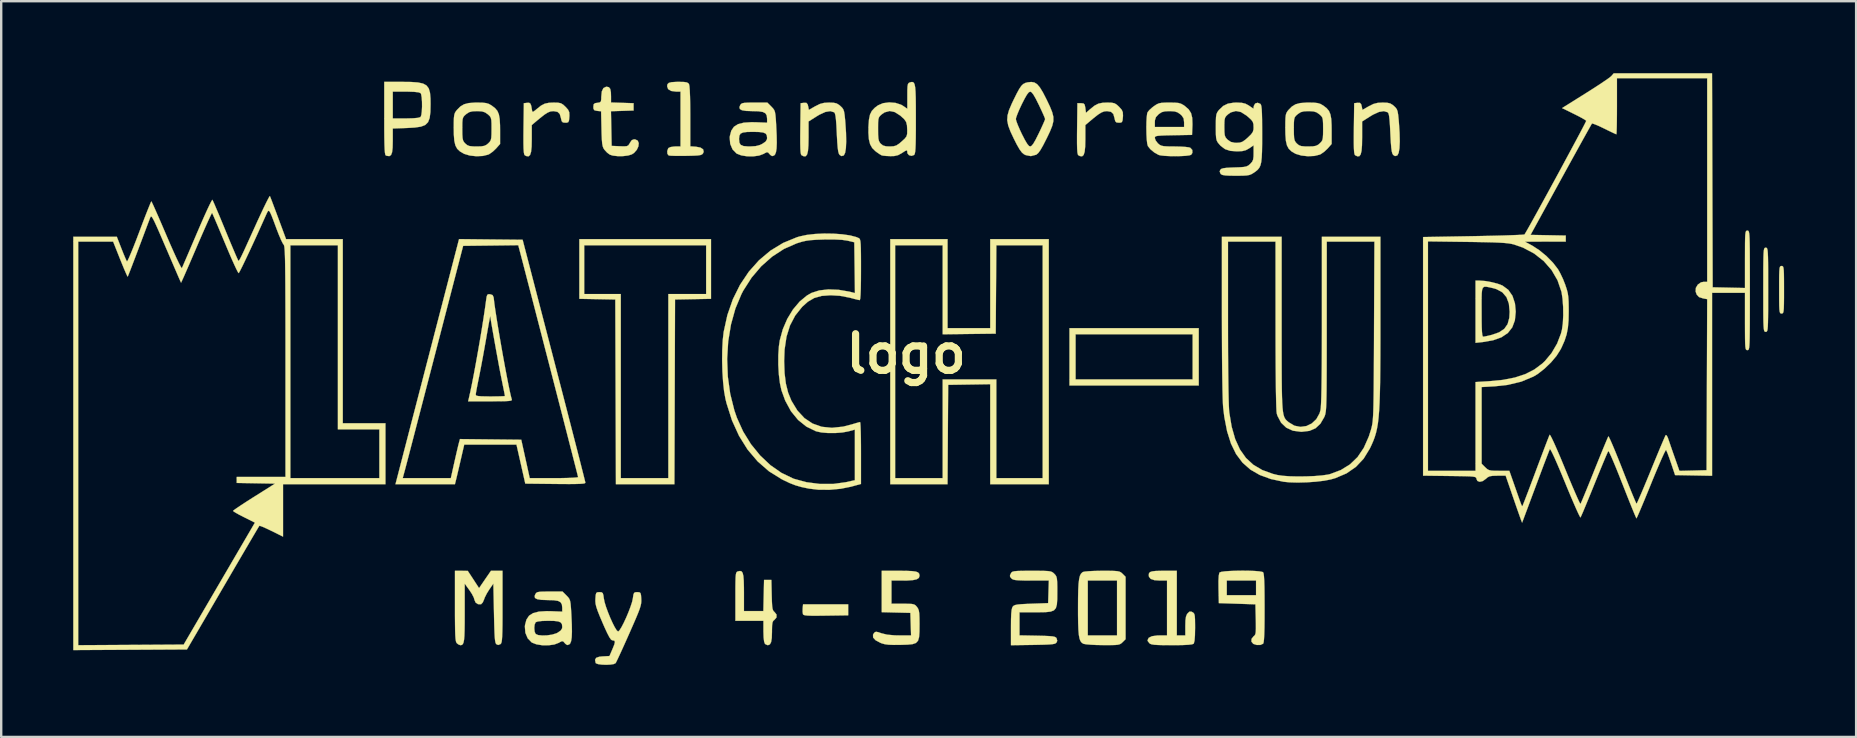
<source format=kicad_pcb>
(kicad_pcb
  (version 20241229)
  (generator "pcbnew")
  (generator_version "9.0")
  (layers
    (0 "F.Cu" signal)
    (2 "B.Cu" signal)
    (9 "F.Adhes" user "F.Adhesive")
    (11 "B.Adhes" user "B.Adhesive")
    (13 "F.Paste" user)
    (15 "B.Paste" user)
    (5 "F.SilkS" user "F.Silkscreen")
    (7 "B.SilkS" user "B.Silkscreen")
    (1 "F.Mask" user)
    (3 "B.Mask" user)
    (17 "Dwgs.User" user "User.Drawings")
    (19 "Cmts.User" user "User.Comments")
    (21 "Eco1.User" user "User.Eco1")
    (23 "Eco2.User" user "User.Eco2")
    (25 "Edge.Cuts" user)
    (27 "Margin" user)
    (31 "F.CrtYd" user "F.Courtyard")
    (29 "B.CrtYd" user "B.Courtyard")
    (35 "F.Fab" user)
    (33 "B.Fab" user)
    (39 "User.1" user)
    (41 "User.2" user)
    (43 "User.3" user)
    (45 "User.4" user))
  (footprint "logo"
    (layer "F.Cu")
    (at 34.701 11.689)
    (property "Reference" "logo" (at 0 0 0) (layer "F.SilkS") (effects (font (size 1.524 1.524) (thickness 0.3))))
    (attr through_hole)
    (fp_poly (pts (xy 12.192 1.321) (xy 6.807 1.321) (xy 6.807 -0.813) (xy 7.061 -0.813) (xy 7.061 1.067) (xy 11.938 1.067) (xy 11.938 -0.813) (xy 7.061 -0.813) (xy 6.807 -0.813) (xy 6.807 -1.067) (xy 12.192 -1.067)) (stroke (width 0.01) (type solid)) (fill yes) (layer "F.SilkS"))
    (fp_poly (pts (xy -2.413 10.897) (xy -3.341 10.91) (xy -3.679 10.914) (xy -3.928 10.914) (xy -4.101 10.908) (xy -4.212 10.896) (xy -4.273 10.877) (xy -4.297 10.852) (xy -4.312 10.753) (xy -4.309 10.614) (xy -4.309 10.609) (xy -4.293 10.439) (xy -2.413 10.439)) (stroke (width 0.01) (type solid)) (fill yes) (layer "F.SilkS"))
    (fp_poly (pts (xy -8.128 -2.289) (xy -8.877 -2.275) (xy -9.627 -2.261) (xy -9.64 1.587) (xy -9.653 5.436) (xy -12.09 5.436) (xy -12.116 -2.261) (xy -12.865 -2.275) (xy -13.614 -2.289) (xy -13.614 -4.521) (xy -13.411 -4.521) (xy -13.411 -2.489) (xy -11.887 -2.489) (xy -11.887 5.182) (xy -9.906 5.182) (xy -9.906 -2.489) (xy -8.331 -2.489) (xy -8.331 -4.521) (xy -13.411 -4.521) (xy -13.614 -4.521) (xy -13.614 -4.775) (xy -8.128 -4.775)) (stroke (width 0.01) (type solid)) (fill yes) (layer "F.SilkS"))
    (fp_poly (pts (xy 1.727 -1.067) (xy 3.505 -1.067) (xy 3.505 -4.775) (xy 5.944 -4.775) (xy 5.944 5.436) (xy 3.505 5.436) (xy 3.505 1.268) (xy 1.753 1.295) (xy 1.726 5.436) (xy -0.66 5.436) (xy -0.66 -4.521) (xy -0.457 -4.521) (xy -0.457 5.182) (xy 1.524 5.182) (xy 1.524 1.067) (xy 3.759 1.067) (xy 3.759 5.182) (xy 5.69 5.182) (xy 5.69 -4.521) (xy 3.76 -4.521) (xy 3.747 -2.68) (xy 3.734 -0.838) (xy 2.629 -0.825) (xy 1.524 -0.811) (xy 1.524 -4.521) (xy -0.457 -4.521) (xy -0.66 -4.521) (xy -0.66 -4.775) (xy 1.727 -4.775)) (stroke (width 0.01) (type solid)) (fill yes) (layer "F.SilkS"))
    (fp_poly (pts (xy 36.509 -3.654) (xy 36.535 -3.632) (xy 36.553 -3.581) (xy 36.565 -3.486) (xy 36.572 -3.335) (xy 36.575 -3.113) (xy 36.576 -2.808) (xy 36.576 -2.667) (xy 36.576 -2.327) (xy 36.573 -2.075) (xy 36.568 -1.898) (xy 36.558 -1.783) (xy 36.543 -1.717) (xy 36.52 -1.686) (xy 36.489 -1.677) (xy 36.474 -1.676) (xy 36.44 -1.68) (xy 36.414 -1.702) (xy 36.396 -1.753) (xy 36.384 -1.848) (xy 36.377 -1.999) (xy 36.374 -2.221) (xy 36.373 -2.526) (xy 36.373 -2.667) (xy 36.373 -3.007) (xy 36.375 -3.259) (xy 36.381 -3.436) (xy 36.39 -3.551) (xy 36.406 -3.617) (xy 36.429 -3.648) (xy 36.46 -3.657) (xy 36.474 -3.658)) (stroke (width 0.01) (type solid)) (fill yes) (layer "F.SilkS"))
    (fp_poly (pts (xy 35.841 -4.417) (xy 35.863 -4.402) (xy 35.88 -4.365) (xy 35.893 -4.297) (xy 35.902 -4.186) (xy 35.909 -4.024) (xy 35.913 -3.799) (xy 35.915 -3.503) (xy 35.915 -3.124) (xy 35.916 -2.667) (xy 35.915 -2.199) (xy 35.915 -1.823) (xy 35.912 -1.529) (xy 35.908 -1.306) (xy 35.902 -1.144) (xy 35.893 -1.035) (xy 35.88 -0.967) (xy 35.862 -0.931) (xy 35.841 -0.917) (xy 35.814 -0.914) (xy 35.787 -0.917) (xy 35.765 -0.932) (xy 35.748 -0.969) (xy 35.735 -1.037) (xy 35.726 -1.148) (xy 35.719 -1.31) (xy 35.715 -1.535) (xy 35.713 -1.831) (xy 35.713 -2.21) (xy 35.712 -2.667) (xy 35.713 -3.135) (xy 35.713 -3.511) (xy 35.716 -3.805) (xy 35.72 -4.028) (xy 35.726 -4.19) (xy 35.735 -4.299) (xy 35.748 -4.367) (xy 35.766 -4.403) (xy 35.787 -4.417) (xy 35.814 -4.42)) (stroke (width 0.01) (type solid)) (fill yes) (layer "F.SilkS"))
    (fp_poly (pts (xy -9.254 -11.324) (xy -9.137 -11.306) (xy -9.072 -11.27) (xy -9.044 -11.23) (xy -9.027 -11.146) (xy -9.013 -10.971) (xy -9.002 -10.712) (xy -8.995 -10.38) (xy -8.992 -9.984) (xy -8.992 -9.887) (xy -8.992 -8.642) (xy -8.756 -8.626) (xy -8.566 -8.59) (xy -8.456 -8.516) (xy -8.434 -8.413) (xy -8.464 -8.344) (xy -8.5 -8.307) (xy -8.565 -8.28) (xy -8.677 -8.263) (xy -8.851 -8.253) (xy -9.106 -8.247) (xy -9.175 -8.246) (xy -9.427 -8.244) (xy -9.644 -8.246) (xy -9.805 -8.252) (xy -9.889 -8.261) (xy -9.893 -8.263) (xy -9.945 -8.331) (xy -9.952 -8.443) (xy -9.915 -8.551) (xy -9.896 -8.575) (xy -9.81 -8.613) (xy -9.668 -8.634) (xy -9.616 -8.636) (xy -9.398 -8.636) (xy -9.398 -10.922) (xy -9.579 -10.922) (xy -9.787 -10.949) (xy -9.915 -11.026) (xy -9.957 -11.147) (xy -9.942 -11.231) (xy -9.887 -11.285) (xy -9.775 -11.315) (xy -9.588 -11.327) (xy -9.446 -11.328)) (stroke (width 0.01) (type solid)) (fill yes) (layer "F.SilkS"))
    (fp_poly (pts (xy -6.854 9.067) (xy -6.809 9.134) (xy -6.78 9.259) (xy -6.764 9.457) (xy -6.757 9.737) (xy -6.756 9.938) (xy -6.756 10.719) (xy -5.947 10.719) (xy -5.918 9.423) (xy -5.613 9.423) (xy -5.599 10.055) (xy -5.591 10.322) (xy -5.581 10.506) (xy -5.564 10.626) (xy -5.538 10.699) (xy -5.501 10.744) (xy -5.485 10.756) (xy -5.399 10.865) (xy -5.4 10.986) (xy -5.486 11.086) (xy -5.537 11.13) (xy -5.567 11.198) (xy -5.583 11.316) (xy -5.588 11.504) (xy -5.588 11.584) (xy -5.596 11.842) (xy -5.624 12.012) (xy -5.675 12.108) (xy -5.753 12.141) (xy -5.766 12.141) (xy -5.848 12.109) (xy -5.883 12.08) (xy -5.915 11.994) (xy -5.936 11.82) (xy -5.944 11.572) (xy -5.944 11.125) (xy -7.112 11.125) (xy -7.112 10.113) (xy -7.112 9.768) (xy -7.109 9.511) (xy -7.104 9.329) (xy -7.094 9.207) (xy -7.079 9.133) (xy -7.056 9.093) (xy -7.025 9.073) (xy -7.008 9.067) (xy -6.92 9.049)) (stroke (width 0.01) (type solid)) (fill yes) (layer "F.SilkS"))
    (fp_poly (pts (xy 8.462 9.043) (xy 8.663 9.047) (xy 8.799 9.058) (xy 8.889 9.077) (xy 8.951 9.107) (xy 9.004 9.152) (xy 9.019 9.167) (xy 9.144 9.292) (xy 9.144 11.892) (xy 9.019 12.017) (xy 8.965 12.066) (xy 8.907 12.1) (xy 8.826 12.122) (xy 8.704 12.134) (xy 8.521 12.138) (xy 8.259 12.138) (xy 8.194 12.138) (xy 7.928 12.133) (xy 7.691 12.121) (xy 7.506 12.105) (xy 7.395 12.085) (xy 7.381 12.08) (xy 7.315 12.036) (xy 7.263 11.968) (xy 7.225 11.864) (xy 7.197 11.713) (xy 7.179 11.502) (xy 7.168 11.22) (xy 7.163 10.855) (xy 7.163 10.592) (xy 7.165 10.167) (xy 7.172 9.833) (xy 7.186 9.577) (xy 7.202 9.449) (xy 7.569 9.449) (xy 7.569 11.735) (xy 8.788 11.735) (xy 8.788 9.449) (xy 7.569 9.449) (xy 7.202 9.449) (xy 7.209 9.388) (xy 7.241 9.254) (xy 7.285 9.165) (xy 7.343 9.108) (xy 7.368 9.092) (xy 7.451 9.074) (xy 7.614 9.059) (xy 7.836 9.048) (xy 8.095 9.043) (xy 8.178 9.042)) (stroke (width 0.01) (type solid)) (fill yes) (layer "F.SilkS"))
    (fp_poly (pts (xy 24.126 -3.031) (xy 24.392 -2.984) (xy 24.645 -2.919) (xy 24.843 -2.844) (xy 24.849 -2.841) (xy 25.089 -2.663) (xy 25.263 -2.413) (xy 25.367 -2.096) (xy 25.399 -1.753) (xy 25.364 -1.395) (xy 25.255 -1.101) (xy 25.07 -0.865) (xy 24.805 -0.687) (xy 24.456 -0.562) (xy 24.021 -0.487) (xy 24.016 -0.487) (xy 23.724 -0.456) (xy 23.724 -2.004) (xy 23.977 -2.004) (xy 23.978 -1.753) (xy 23.979 -1.387) (xy 23.983 -1.113) (xy 23.992 -0.919) (xy 24.004 -0.794) (xy 24.022 -0.729) (xy 24.043 -0.711) (xy 24.125 -0.723) (xy 24.27 -0.755) (xy 24.405 -0.788) (xy 24.708 -0.894) (xy 24.923 -1.039) (xy 25.061 -1.236) (xy 25.131 -1.498) (xy 25.146 -1.749) (xy 25.113 -2.092) (xy 25.013 -2.36) (xy 24.843 -2.559) (xy 24.598 -2.692) (xy 24.434 -2.739) (xy 24.282 -2.773) (xy 24.168 -2.794) (xy 24.087 -2.791) (xy 24.032 -2.752) (xy 23.999 -2.666) (xy 23.983 -2.52) (xy 23.977 -2.303) (xy 23.977 -2.004) (xy 23.724 -2.004) (xy 23.724 -3.048) (xy 23.892 -3.048)) (stroke (width 0.01) (type solid)) (fill yes) (layer "F.SilkS"))
    (fp_poly (pts (xy 8.564 -10.46) (xy 8.683 -10.435) (xy 8.778 -10.377) (xy 8.873 -10.289) (xy 8.98 -10.169) (xy 9.028 -10.065) (xy 9.036 -9.926) (xy 9.033 -9.87) (xy 9.019 -9.724) (xy 8.99 -9.652) (xy 8.929 -9.629) (xy 8.865 -9.627) (xy 8.765 -9.638) (xy 8.713 -9.691) (xy 8.683 -9.814) (xy 8.682 -9.822) (xy 8.633 -9.991) (xy 8.539 -10.079) (xy 8.379 -10.108) (xy 8.357 -10.108) (xy 8.249 -10.096) (xy 8.136 -10.052) (xy 7.997 -9.964) (xy 7.815 -9.821) (xy 7.706 -9.73) (xy 7.468 -9.529) (xy 7.468 -8.94) (xy 7.461 -8.63) (xy 7.438 -8.412) (xy 7.395 -8.28) (xy 7.33 -8.224) (xy 7.238 -8.238) (xy 7.174 -8.272) (xy 7.152 -8.311) (xy 7.136 -8.4) (xy 7.126 -8.552) (xy 7.121 -8.776) (xy 7.121 -9.083) (xy 7.124 -9.376) (xy 7.137 -10.439) (xy 7.29 -10.439) (xy 7.39 -10.429) (xy 7.439 -10.38) (xy 7.465 -10.261) (xy 7.468 -10.239) (xy 7.493 -10.038) (xy 7.671 -10.193) (xy 7.852 -10.338) (xy 8.01 -10.42) (xy 8.186 -10.457) (xy 8.384 -10.465)) (stroke (width 0.01) (type solid)) (fill yes) (layer "F.SilkS"))
    (fp_poly (pts (xy 11.278 11.735) (xy 11.633 11.735) (xy 11.633 11.334) (xy 11.639 11.107) (xy 11.66 10.955) (xy 11.701 10.853) (xy 11.726 10.819) (xy 11.805 10.743) (xy 11.883 10.743) (xy 11.929 10.765) (xy 11.976 10.796) (xy 12.008 10.843) (xy 12.027 10.925) (xy 12.036 11.06) (xy 12.039 11.267) (xy 12.04 11.422) (xy 12.034 11.736) (xy 12.017 11.951) (xy 11.988 12.066) (xy 11.979 12.08) (xy 11.911 12.106) (xy 11.763 12.124) (xy 11.529 12.136) (xy 11.201 12.141) (xy 11.068 12.141) (xy 10.744 12.14) (xy 10.507 12.134) (xy 10.341 12.124) (xy 10.233 12.107) (xy 10.167 12.083) (xy 10.138 12.061) (xy 10.074 11.98) (xy 10.058 11.938) (xy 10.106 11.836) (xy 10.243 11.768) (xy 10.465 11.737) (xy 10.545 11.735) (xy 10.871 11.735) (xy 10.871 9.449) (xy 10.588 9.449) (xy 10.347 9.433) (xy 10.193 9.382) (xy 10.119 9.291) (xy 10.109 9.224) (xy 10.119 9.149) (xy 10.16 9.098) (xy 10.247 9.067) (xy 10.396 9.049) (xy 10.623 9.043) (xy 10.774 9.042) (xy 11.278 9.042)) (stroke (width 0.01) (type solid)) (fill yes) (layer "F.SilkS"))
    (fp_poly (pts (xy 14.277 9.04) (xy 14.517 9.049) (xy 14.711 9.065) (xy 14.838 9.087) (xy 14.874 9.103) (xy 14.894 9.155) (xy 14.909 9.27) (xy 14.921 9.456) (xy 14.929 9.72) (xy 14.933 10.071) (xy 14.935 10.515) (xy 14.935 10.592) (xy 14.934 11.05) (xy 14.93 11.415) (xy 14.922 11.692) (xy 14.911 11.89) (xy 14.896 12.016) (xy 14.878 12.076) (xy 14.874 12.08) (xy 14.764 12.13) (xy 14.613 12.133) (xy 14.47 12.089) (xy 14.465 12.086) (xy 14.388 11.994) (xy 14.392 11.878) (xy 14.477 11.772) (xy 14.48 11.77) (xy 14.523 11.732) (xy 14.551 11.68) (xy 14.567 11.592) (xy 14.573 11.452) (xy 14.572 11.241) (xy 14.569 11.068) (xy 14.554 10.439) (xy 13.03 10.389) (xy 13.016 9.786) (xy 13.014 9.467) (xy 13.015 9.449) (xy 13.36 9.449) (xy 13.36 10.058) (xy 14.58 10.058) (xy 14.58 9.449) (xy 13.36 9.449) (xy 13.015 9.449) (xy 13.026 9.247) (xy 13.051 9.128) (xy 13.06 9.113) (xy 13.132 9.086) (xy 13.284 9.065) (xy 13.496 9.05) (xy 13.746 9.041) (xy 14.013 9.037)) (stroke (width 0.01) (type solid)) (fill yes) (layer "F.SilkS"))
    (fp_poly (pts (xy -20.625 -11.324) (xy -20.336 -11.303) (xy -20.125 -11.257) (xy -19.979 -11.176) (xy -19.887 -11.052) (xy -19.836 -10.875) (xy -19.815 -10.636) (xy -19.812 -10.405) (xy -19.819 -10.071) (xy -19.85 -9.824) (xy -19.917 -9.649) (xy -20.033 -9.533) (xy -20.213 -9.463) (xy -20.468 -9.425) (xy -20.79 -9.407) (xy -21.387 -9.385) (xy -21.387 -8.868) (xy -21.393 -8.585) (xy -21.416 -8.393) (xy -21.46 -8.279) (xy -21.531 -8.234) (xy -21.634 -8.247) (xy -21.679 -8.263) (xy -21.698 -8.294) (xy -21.713 -8.376) (xy -21.725 -8.518) (xy -21.733 -8.727) (xy -21.739 -9.013) (xy -21.742 -9.384) (xy -21.742 -9.809) (xy -21.742 -10.922) (xy -21.387 -10.922) (xy -21.387 -9.804) (xy -20.838 -9.804) (xy -20.545 -9.811) (xy -20.343 -9.829) (xy -20.237 -9.859) (xy -20.229 -9.865) (xy -20.197 -9.948) (xy -20.177 -10.101) (xy -20.167 -10.295) (xy -20.169 -10.498) (xy -20.182 -10.682) (xy -20.206 -10.815) (xy -20.229 -10.861) (xy -20.316 -10.893) (xy -20.5 -10.913) (xy -20.777 -10.922) (xy -20.838 -10.922) (xy -21.387 -10.922) (xy -21.742 -10.922) (xy -21.742 -11.328) (xy -21.003 -11.328)) (stroke (width 0.01) (type solid)) (fill yes) (layer "F.SilkS"))
    (fp_poly (pts (xy -14.499 -10.46) (xy -14.38 -10.435) (xy -14.285 -10.377) (xy -14.191 -10.289) (xy -14.083 -10.169) (xy -14.035 -10.065) (xy -14.028 -9.926) (xy -14.031 -9.87) (xy -14.044 -9.724) (xy -14.073 -9.652) (xy -14.134 -9.629) (xy -14.198 -9.627) (xy -14.298 -9.638) (xy -14.35 -9.691) (xy -14.38 -9.814) (xy -14.381 -9.822) (xy -14.431 -9.991) (xy -14.524 -10.079) (xy -14.684 -10.108) (xy -14.707 -10.108) (xy -14.814 -10.096) (xy -14.927 -10.052) (xy -15.066 -9.964) (xy -15.248 -9.821) (xy -15.358 -9.73) (xy -15.596 -9.529) (xy -15.596 -8.94) (xy -15.602 -8.63) (xy -15.625 -8.412) (xy -15.668 -8.28) (xy -15.733 -8.224) (xy -15.825 -8.238) (xy -15.889 -8.272) (xy -15.911 -8.311) (xy -15.927 -8.4) (xy -15.938 -8.552) (xy -15.943 -8.776) (xy -15.943 -9.083) (xy -15.94 -9.376) (xy -15.926 -10.439) (xy -15.788 -10.455) (xy -15.705 -10.456) (xy -15.653 -10.421) (xy -15.618 -10.329) (xy -15.588 -10.159) (xy -15.585 -10.138) (xy -15.568 -10.085) (xy -15.529 -10.086) (xy -15.445 -10.149) (xy -15.392 -10.194) (xy -15.211 -10.338) (xy -15.053 -10.42) (xy -14.877 -10.457) (xy -14.679 -10.465)) (stroke (width 0.01) (type solid)) (fill yes) (layer "F.SilkS"))
    (fp_poly (pts (xy -12.382 -11.105) (xy -12.326 -11.034) (xy -12.299 -10.893) (xy -12.294 -10.717) (xy -12.294 -10.469) (xy -11.824 -10.454) (xy -11.354 -10.439) (xy -11.354 -10.135) (xy -11.825 -10.12) (xy -12.296 -10.105) (xy -12.282 -9.383) (xy -12.268 -8.661) (xy -11.928 -8.646) (xy -11.746 -8.641) (xy -11.637 -8.65) (xy -11.573 -8.683) (xy -11.527 -8.75) (xy -11.506 -8.789) (xy -11.43 -8.899) (xy -11.34 -8.934) (xy -11.287 -8.931) (xy -11.182 -8.881) (xy -11.139 -8.777) (xy -11.153 -8.643) (xy -11.218 -8.5) (xy -11.33 -8.372) (xy -11.428 -8.307) (xy -11.582 -8.26) (xy -11.791 -8.235) (xy -12.017 -8.234) (xy -12.218 -8.256) (xy -12.34 -8.294) (xy -12.457 -8.38) (xy -12.567 -8.499) (xy -12.568 -8.5) (xy -12.611 -8.567) (xy -12.641 -8.649) (xy -12.662 -8.762) (xy -12.676 -8.927) (xy -12.686 -9.162) (xy -12.691 -9.373) (xy -12.707 -10.103) (xy -12.869 -10.119) (xy -12.982 -10.142) (xy -13.025 -10.204) (xy -13.03 -10.287) (xy -13.017 -10.394) (xy -12.958 -10.441) (xy -12.865 -10.455) (xy -12.764 -10.472) (xy -12.715 -10.514) (xy -12.701 -10.613) (xy -12.7 -10.7) (xy -12.678 -10.929) (xy -12.611 -11.069) (xy -12.498 -11.124) (xy -12.475 -11.125)) (stroke (width 0.01) (type solid)) (fill yes) (layer "F.SilkS"))
    (fp_poly (pts (xy 0.025 9.045) (xy 0.251 9.055) (xy 0.404 9.075) (xy 0.497 9.11) (xy 0.544 9.163) (xy 0.558 9.237) (xy 0.559 9.254) (xy 0.532 9.337) (xy 0.445 9.395) (xy 0.286 9.43) (xy 0.044 9.447) (xy -0.124 9.449) (xy -0.61 9.449) (xy -0.61 10.414) (xy -0.131 10.414) (xy 0.094 10.416) (xy 0.242 10.424) (xy 0.334 10.445) (xy 0.396 10.483) (xy 0.451 10.545) (xy 0.454 10.548) (xy 0.499 10.617) (xy 0.53 10.7) (xy 0.548 10.818) (xy 0.556 10.993) (xy 0.559 11.246) (xy 0.559 11.279) (xy 0.556 11.587) (xy 0.54 11.808) (xy 0.496 11.957) (xy 0.41 12.049) (xy 0.269 12.098) (xy 0.059 12.119) (xy -0.235 12.128) (xy -0.237 12.128) (xy -0.52 12.13) (xy -0.727 12.122) (xy -0.882 12.102) (xy -1.01 12.067) (xy -1.064 12.046) (xy -1.269 11.938) (xy -1.374 11.824) (xy -1.378 11.706) (xy -1.35 11.655) (xy -1.302 11.6) (xy -1.248 11.582) (xy -1.156 11.601) (xy -1.026 11.646) (xy -0.791 11.703) (xy -0.484 11.731) (xy -0.283 11.735) (xy 0.207 11.735) (xy 0.178 10.795) (xy -0.419 10.781) (xy -1.016 10.766) (xy -1.016 9.042) (xy -0.29 9.042)) (stroke (width 0.01) (type solid)) (fill yes) (layer "F.SilkS"))
    (fp_poly (pts (xy -3.021 -10.458) (xy -2.895 -10.43) (xy -2.792 -10.368) (xy -2.737 -10.322) (xy -2.666 -10.253) (xy -2.618 -10.184) (xy -2.585 -10.092) (xy -2.562 -9.953) (xy -2.541 -9.746) (xy -2.531 -9.63) (xy -2.503 -9.203) (xy -2.496 -8.846) (xy -2.508 -8.567) (xy -2.541 -8.372) (xy -2.593 -8.268) (xy -2.603 -8.261) (xy -2.694 -8.236) (xy -2.771 -8.286) (xy -2.803 -8.34) (xy -2.829 -8.436) (xy -2.85 -8.59) (xy -2.868 -8.815) (xy -2.885 -9.125) (xy -2.888 -9.19) (xy -2.904 -9.516) (xy -2.922 -9.753) (xy -2.942 -9.914) (xy -2.966 -10.011) (xy -2.995 -10.058) (xy -2.999 -10.061) (xy -3.158 -10.109) (xy -3.36 -10.076) (xy -3.61 -9.962) (xy -3.724 -9.893) (xy -4.064 -9.678) (xy -4.064 -9.015) (xy -4.07 -8.689) (xy -4.088 -8.455) (xy -4.124 -8.306) (xy -4.179 -8.232) (xy -4.258 -8.225) (xy -4.357 -8.272) (xy -4.38 -8.311) (xy -4.396 -8.4) (xy -4.406 -8.552) (xy -4.411 -8.776) (xy -4.411 -9.083) (xy -4.408 -9.376) (xy -4.394 -10.439) (xy -4.254 -10.456) (xy -4.152 -10.452) (xy -4.102 -10.392) (xy -4.082 -10.316) (xy -4.051 -10.16) (xy -3.785 -10.312) (xy -3.591 -10.408) (xy -3.413 -10.454) (xy -3.208 -10.465)) (stroke (width 0.01) (type solid)) (fill yes) (layer "F.SilkS"))
    (fp_poly (pts (xy 20.042 -10.458) (xy 20.168 -10.43) (xy 20.271 -10.368) (xy 20.326 -10.322) (xy 20.397 -10.253) (xy 20.446 -10.184) (xy 20.478 -10.092) (xy 20.501 -9.953) (xy 20.522 -9.746) (xy 20.532 -9.63) (xy 20.56 -9.203) (xy 20.568 -8.846) (xy 20.555 -8.567) (xy 20.522 -8.372) (xy 20.47 -8.268) (xy 20.461 -8.261) (xy 20.369 -8.236) (xy 20.292 -8.286) (xy 20.26 -8.34) (xy 20.234 -8.436) (xy 20.213 -8.59) (xy 20.195 -8.815) (xy 20.178 -9.125) (xy 20.175 -9.19) (xy 20.159 -9.516) (xy 20.141 -9.753) (xy 20.122 -9.914) (xy 20.098 -10.011) (xy 20.068 -10.058) (xy 20.064 -10.061) (xy 19.905 -10.109) (xy 19.703 -10.076) (xy 19.453 -9.962) (xy 19.339 -9.893) (xy 18.999 -9.678) (xy 18.999 -9.015) (xy 18.994 -8.689) (xy 18.975 -8.455) (xy 18.939 -8.306) (xy 18.884 -8.232) (xy 18.805 -8.225) (xy 18.706 -8.272) (xy 18.684 -8.311) (xy 18.667 -8.4) (xy 18.657 -8.552) (xy 18.652 -8.776) (xy 18.652 -9.083) (xy 18.655 -9.376) (xy 18.669 -10.439) (xy 18.809 -10.456) (xy 18.911 -10.452) (xy 18.961 -10.392) (xy 18.981 -10.316) (xy 19.012 -10.16) (xy 19.278 -10.312) (xy 19.472 -10.408) (xy 19.65 -10.454) (xy 19.855 -10.465)) (stroke (width 0.01) (type solid)) (fill yes) (layer "F.SilkS"))
    (fp_poly (pts (xy -16.815 10.535) (xy -16.815 10.97) (xy -16.817 11.314) (xy -16.822 11.579) (xy -16.829 11.775) (xy -16.839 11.914) (xy -16.852 12.006) (xy -16.871 12.062) (xy -16.894 12.093) (xy -16.895 12.094) (xy -16.993 12.133) (xy -17.06 12.107) (xy -17.087 12.08) (xy -17.109 12.028) (xy -17.125 11.939) (xy -17.139 11.801) (xy -17.149 11.602) (xy -17.158 11.331) (xy -17.167 10.974) (xy -17.17 10.815) (xy -17.196 9.576) (xy -17.366 9.821) (xy -17.47 9.989) (xy -17.553 10.153) (xy -17.583 10.235) (xy -17.636 10.358) (xy -17.703 10.432) (xy -17.708 10.434) (xy -17.831 10.435) (xy -17.937 10.364) (xy -17.985 10.251) (xy -17.985 10.247) (xy -18.015 10.149) (xy -18.09 10.005) (xy -18.188 9.856) (xy -18.39 9.577) (xy -18.39 10.798) (xy -18.391 11.204) (xy -18.395 11.519) (xy -18.403 11.755) (xy -18.418 11.923) (xy -18.44 12.034) (xy -18.471 12.1) (xy -18.513 12.132) (xy -18.567 12.141) (xy -18.574 12.141) (xy -18.657 12.108) (xy -18.716 12.061) (xy -18.74 12.026) (xy -18.758 11.967) (xy -18.772 11.871) (xy -18.782 11.728) (xy -18.789 11.526) (xy -18.793 11.256) (xy -18.796 10.905) (xy -18.796 10.512) (xy -18.796 9.042) (xy -18.529 9.043) (xy -18.263 9.044) (xy -18.027 9.404) (xy -17.792 9.764) (xy -17.545 9.403) (xy -17.297 9.043) (xy -17.056 9.043) (xy -16.815 9.042)) (stroke (width 0.01) (type solid)) (fill yes) (layer "F.SilkS"))
    (fp_poly (pts (xy 5.541 9.043) (xy 5.761 9.046) (xy 5.914 9.054) (xy 6.016 9.069) (xy 6.084 9.094) (xy 6.136 9.13) (xy 6.175 9.167) (xy 6.227 9.225) (xy 6.262 9.287) (xy 6.283 9.375) (xy 6.294 9.509) (xy 6.299 9.708) (xy 6.299 9.92) (xy 6.297 10.223) (xy 6.282 10.444) (xy 6.24 10.596) (xy 6.158 10.691) (xy 6.02 10.743) (xy 5.814 10.765) (xy 5.525 10.77) (xy 5.394 10.77) (xy 4.724 10.77) (xy 4.724 11.732) (xy 5.468 11.746) (xy 5.763 11.753) (xy 5.973 11.763) (xy 6.113 11.776) (xy 6.2 11.797) (xy 6.249 11.826) (xy 6.268 11.849) (xy 6.297 11.958) (xy 6.268 12.027) (xy 6.238 12.059) (xy 6.184 12.083) (xy 6.091 12.1) (xy 5.947 12.112) (xy 5.735 12.121) (xy 5.442 12.127) (xy 5.29 12.13) (xy 4.369 12.143) (xy 4.369 11.39) (xy 4.371 11.069) (xy 4.38 10.836) (xy 4.396 10.676) (xy 4.421 10.576) (xy 4.441 10.538) (xy 4.48 10.498) (xy 4.543 10.469) (xy 4.644 10.448) (xy 4.803 10.433) (xy 5.037 10.421) (xy 5.215 10.414) (xy 5.918 10.389) (xy 5.947 9.449) (xy 5.213 9.449) (xy 4.912 9.447) (xy 4.697 9.44) (xy 4.551 9.427) (xy 4.459 9.406) (xy 4.404 9.375) (xy 4.398 9.369) (xy 4.332 9.293) (xy 4.329 9.228) (xy 4.371 9.141) (xy 4.397 9.104) (xy 4.442 9.077) (xy 4.52 9.06) (xy 4.648 9.049) (xy 4.84 9.044) (xy 5.112 9.042) (xy 5.236 9.042)) (stroke (width 0.01) (type solid)) (fill yes) (layer "F.SilkS"))
    (fp_poly (pts (xy 5.346 -11.302) (xy 5.461 -11.229) (xy 5.575 -11.095) (xy 5.701 -10.888) (xy 5.848 -10.602) (xy 5.991 -10.303) (xy 6.086 -10.068) (xy 6.135 -9.872) (xy 6.135 -9.689) (xy 6.088 -9.494) (xy 5.994 -9.261) (xy 5.852 -8.964) (xy 5.849 -8.959) (xy 5.71 -8.686) (xy 5.6 -8.494) (xy 5.511 -8.37) (xy 5.435 -8.302) (xy 5.415 -8.292) (xy 5.198 -8.235) (xy 4.988 -8.275) (xy 4.912 -8.311) (xy 4.827 -8.382) (xy 4.729 -8.514) (xy 4.611 -8.719) (xy 4.493 -8.952) (xy 4.348 -9.26) (xy 4.255 -9.508) (xy 4.214 -9.722) (xy 4.217 -9.779) (xy 4.572 -9.779) (xy 4.594 -9.69) (xy 4.652 -9.534) (xy 4.738 -9.335) (xy 4.824 -9.152) (xy 4.95 -8.907) (xy 5.046 -8.746) (xy 5.119 -8.659) (xy 5.171 -8.636) (xy 5.228 -8.664) (xy 5.301 -8.754) (xy 5.396 -8.918) (xy 5.52 -9.166) (xy 5.528 -9.182) (xy 5.631 -9.399) (xy 5.715 -9.584) (xy 5.772 -9.718) (xy 5.792 -9.779) (xy 5.771 -9.842) (xy 5.714 -9.977) (xy 5.629 -10.163) (xy 5.528 -10.376) (xy 5.402 -10.628) (xy 5.305 -10.796) (xy 5.231 -10.891) (xy 5.174 -10.922) (xy 5.171 -10.922) (xy 5.112 -10.893) (xy 5.036 -10.799) (xy 4.938 -10.629) (xy 4.824 -10.406) (xy 4.722 -10.188) (xy 4.64 -9.994) (xy 4.587 -9.848) (xy 4.572 -9.779) (xy 4.217 -9.779) (xy 4.225 -9.926) (xy 4.287 -10.148) (xy 4.4 -10.414) (xy 4.475 -10.571) (xy 4.608 -10.84) (xy 4.712 -11.031) (xy 4.798 -11.158) (xy 4.878 -11.237) (xy 4.963 -11.282) (xy 5.062 -11.308) (xy 5.217 -11.324)) (stroke (width 0.01) (type solid)) (fill yes) (layer "F.SilkS"))
    (fp_poly (pts (xy -11.114 9.937) (xy -11.067 9.969) (xy -11.045 10.054) (xy -11.034 10.212) (xy -11.032 10.305) (xy -11.039 10.397) (xy -11.061 10.501) (xy -11.101 10.631) (xy -11.165 10.8) (xy -11.257 11.022) (xy -11.382 11.31) (xy -11.536 11.66) (xy -11.68 11.983) (xy -11.812 12.276) (xy -11.927 12.527) (xy -12.019 12.723) (xy -12.08 12.849) (xy -12.103 12.89) (xy -12.181 12.928) (xy -12.323 12.95) (xy -12.499 12.958) (xy -12.678 12.951) (xy -12.829 12.931) (xy -12.921 12.897) (xy -12.934 12.881) (xy -12.96 12.751) (xy -12.912 12.668) (xy -12.779 12.622) (xy -12.643 12.609) (xy -12.359 12.594) (xy -12.23 12.295) (xy -12.157 12.114) (xy -12.132 12.007) (xy -12.155 11.954) (xy -12.227 11.938) (xy -12.245 11.938) (xy -12.294 11.908) (xy -12.36 11.814) (xy -12.449 11.645) (xy -12.565 11.395) (xy -12.646 11.209) (xy -12.768 10.922) (xy -12.853 10.707) (xy -12.907 10.545) (xy -12.937 10.418) (xy -12.947 10.304) (xy -12.944 10.206) (xy -12.932 10.048) (xy -12.909 9.966) (xy -12.859 9.936) (xy -12.776 9.931) (xy -12.685 9.938) (xy -12.636 9.977) (xy -12.61 10.072) (xy -12.595 10.185) (xy -12.564 10.342) (xy -12.503 10.543) (xy -12.421 10.768) (xy -12.328 10.997) (xy -12.231 11.212) (xy -12.139 11.392) (xy -12.06 11.519) (xy -12.002 11.571) (xy -11.995 11.572) (xy -11.939 11.519) (xy -11.858 11.391) (xy -11.763 11.208) (xy -11.662 10.991) (xy -11.565 10.76) (xy -11.48 10.535) (xy -11.416 10.339) (xy -11.383 10.19) (xy -11.383 10.185) (xy -11.361 10.035) (xy -11.33 9.96) (xy -11.27 9.934) (xy -11.201 9.931)) (stroke (width 0.01) (type solid)) (fill yes) (layer "F.SilkS"))
    (fp_poly (pts (xy -17.649 -10.461) (xy -17.497 -10.444) (xy -17.383 -10.409) (xy -17.275 -10.347) (xy -17.259 -10.336) (xy -17.123 -10.231) (xy -17.028 -10.118) (xy -16.967 -9.975) (xy -16.933 -9.784) (xy -16.918 -9.524) (xy -16.916 -9.326) (xy -16.916 -8.741) (xy -17.081 -8.554) (xy -17.216 -8.425) (xy -17.361 -8.322) (xy -17.409 -8.298) (xy -17.634 -8.242) (xy -17.905 -8.23) (xy -18.178 -8.259) (xy -18.409 -8.328) (xy -18.426 -8.336) (xy -18.587 -8.43) (xy -18.702 -8.538) (xy -18.778 -8.68) (xy -18.823 -8.873) (xy -18.843 -9.135) (xy -18.846 -9.366) (xy -18.491 -9.366) (xy -18.489 -9.138) (xy -18.479 -8.986) (xy -18.457 -8.887) (xy -18.417 -8.816) (xy -18.367 -8.761) (xy -18.284 -8.692) (xy -18.189 -8.654) (xy -18.048 -8.639) (xy -17.896 -8.636) (xy -17.7 -8.641) (xy -17.572 -8.663) (xy -17.478 -8.709) (xy -17.411 -8.765) (xy -17.346 -8.832) (xy -17.305 -8.9) (xy -17.283 -8.996) (xy -17.274 -9.143) (xy -17.272 -9.367) (xy -17.272 -9.37) (xy -17.273 -9.593) (xy -17.281 -9.74) (xy -17.303 -9.833) (xy -17.343 -9.899) (xy -17.41 -9.962) (xy -17.428 -9.978) (xy -17.543 -10.057) (xy -17.669 -10.097) (xy -17.847 -10.109) (xy -17.882 -10.109) (xy -18.072 -10.1) (xy -18.203 -10.066) (xy -18.317 -9.993) (xy -18.335 -9.978) (xy -18.408 -9.913) (xy -18.453 -9.85) (xy -18.478 -9.765) (xy -18.489 -9.633) (xy -18.491 -9.429) (xy -18.491 -9.366) (xy -18.846 -9.366) (xy -18.847 -9.387) (xy -18.846 -9.648) (xy -18.84 -9.828) (xy -18.825 -9.95) (xy -18.799 -10.035) (xy -18.756 -10.105) (xy -18.714 -10.158) (xy -18.572 -10.301) (xy -18.418 -10.394) (xy -18.225 -10.445) (xy -17.968 -10.464) (xy -17.871 -10.465)) (stroke (width 0.01) (type solid)) (fill yes) (layer "F.SilkS"))
    (fp_poly (pts (xy 16.997 -10.461) (xy 17.148 -10.444) (xy 17.262 -10.409) (xy 17.37 -10.347) (xy 17.387 -10.336) (xy 17.522 -10.231) (xy 17.617 -10.118) (xy 17.678 -9.975) (xy 17.713 -9.784) (xy 17.727 -9.524) (xy 17.729 -9.326) (xy 17.729 -8.741) (xy 17.565 -8.554) (xy 17.429 -8.425) (xy 17.284 -8.322) (xy 17.236 -8.298) (xy 17.011 -8.242) (xy 16.74 -8.23) (xy 16.467 -8.259) (xy 16.237 -8.328) (xy 16.219 -8.336) (xy 16.058 -8.43) (xy 15.944 -8.538) (xy 15.868 -8.68) (xy 15.823 -8.873) (xy 15.803 -9.135) (xy 15.799 -9.366) (xy 16.154 -9.366) (xy 16.157 -9.138) (xy 16.166 -8.986) (xy 16.189 -8.887) (xy 16.229 -8.816) (xy 16.279 -8.761) (xy 16.361 -8.692) (xy 16.457 -8.654) (xy 16.597 -8.639) (xy 16.75 -8.636) (xy 16.945 -8.641) (xy 17.073 -8.663) (xy 17.168 -8.709) (xy 17.234 -8.765) (xy 17.3 -8.832) (xy 17.341 -8.9) (xy 17.363 -8.996) (xy 17.372 -9.143) (xy 17.374 -9.367) (xy 17.374 -9.37) (xy 17.372 -9.593) (xy 17.364 -9.74) (xy 17.343 -9.833) (xy 17.302 -9.899) (xy 17.236 -9.962) (xy 17.217 -9.978) (xy 17.103 -10.057) (xy 16.977 -10.097) (xy 16.798 -10.109) (xy 16.764 -10.109) (xy 16.574 -10.1) (xy 16.443 -10.066) (xy 16.329 -9.993) (xy 16.311 -9.978) (xy 16.238 -9.913) (xy 16.192 -9.85) (xy 16.167 -9.765) (xy 16.157 -9.633) (xy 16.154 -9.429) (xy 16.154 -9.366) (xy 15.799 -9.366) (xy 15.799 -9.387) (xy 15.8 -9.648) (xy 15.806 -9.828) (xy 15.82 -9.95) (xy 15.847 -10.035) (xy 15.889 -10.105) (xy 15.932 -10.158) (xy 16.074 -10.301) (xy 16.228 -10.394) (xy 16.42 -10.445) (xy 16.678 -10.464) (xy 16.775 -10.465)) (stroke (width 0.01) (type solid)) (fill yes) (layer "F.SilkS"))
    (fp_poly (pts (xy -14.148 10.073) (xy -14.079 10.145) (xy -14.031 10.213) (xy -13.999 10.296) (xy -13.978 10.416) (xy -13.963 10.594) (xy -13.947 10.851) (xy -13.946 10.873) (xy -13.928 11.274) (xy -13.923 11.584) (xy -13.932 11.813) (xy -13.956 11.972) (xy -13.996 12.071) (xy -14.037 12.111) (xy -14.119 12.136) (xy -14.195 12.085) (xy -14.22 12.056) (xy -14.284 11.986) (xy -14.34 11.974) (xy -14.428 12.017) (xy -14.472 12.043) (xy -14.657 12.113) (xy -14.898 12.146) (xy -15.158 12.144) (xy -15.4 12.106) (xy -15.587 12.034) (xy -15.601 12.025) (xy -15.765 11.856) (xy -15.862 11.627) (xy -15.878 11.434) (xy -15.492 11.434) (xy -15.476 11.581) (xy -15.433 11.674) (xy -15.33 11.72) (xy -15.161 11.738) (xy -14.958 11.732) (xy -14.752 11.702) (xy -14.576 11.649) (xy -14.523 11.624) (xy -14.389 11.531) (xy -14.332 11.438) (xy -14.326 11.38) (xy -14.338 11.269) (xy -14.388 11.195) (xy -14.49 11.151) (xy -14.661 11.13) (xy -14.91 11.125) (xy -15.165 11.132) (xy -15.343 11.153) (xy -15.432 11.185) (xy -15.433 11.186) (xy -15.478 11.286) (xy -15.492 11.434) (xy -15.878 11.434) (xy -15.883 11.362) (xy -15.876 11.294) (xy -15.817 11.075) (xy -15.708 10.913) (xy -15.538 10.804) (xy -15.297 10.742) (xy -14.975 10.723) (xy -14.792 10.726) (xy -14.326 10.744) (xy -14.326 10.583) (xy -14.341 10.445) (xy -14.396 10.352) (xy -14.507 10.295) (xy -14.689 10.268) (xy -14.933 10.262) (xy -15.197 10.253) (xy -15.37 10.225) (xy -15.461 10.174) (xy -15.477 10.094) (xy -15.445 10.011) (xy -15.411 9.964) (xy -15.358 9.933) (xy -15.265 9.916) (xy -15.111 9.908) (xy -14.878 9.906) (xy -14.852 9.906) (xy -14.315 9.906)) (stroke (width 0.01) (type solid)) (fill yes) (layer "F.SilkS"))
    (fp_poly (pts (xy -5.614 -10.298) (xy -5.545 -10.225) (xy -5.497 -10.158) (xy -5.465 -10.075) (xy -5.444 -9.955) (xy -5.428 -9.777) (xy -5.413 -9.52) (xy -5.412 -9.498) (xy -5.393 -9.097) (xy -5.388 -8.787) (xy -5.397 -8.557) (xy -5.422 -8.398) (xy -5.462 -8.3) (xy -5.502 -8.26) (xy -5.584 -8.235) (xy -5.66 -8.286) (xy -5.685 -8.315) (xy -5.749 -8.385) (xy -5.805 -8.397) (xy -5.894 -8.354) (xy -5.937 -8.328) (xy -6.123 -8.258) (xy -6.364 -8.225) (xy -6.624 -8.227) (xy -6.866 -8.265) (xy -7.052 -8.337) (xy -7.066 -8.346) (xy -7.231 -8.515) (xy -7.328 -8.744) (xy -7.344 -8.941) (xy -6.96 -8.941) (xy -6.945 -8.793) (xy -6.888 -8.701) (xy -6.772 -8.653) (xy -6.578 -8.637) (xy -6.512 -8.636) (xy -6.268 -8.651) (xy -6.08 -8.702) (xy -5.989 -8.747) (xy -5.855 -8.839) (xy -5.798 -8.933) (xy -5.791 -8.991) (xy -5.804 -9.102) (xy -5.853 -9.175) (xy -5.956 -9.219) (xy -6.127 -9.24) (xy -6.375 -9.246) (xy -6.628 -9.241) (xy -6.795 -9.219) (xy -6.895 -9.174) (xy -6.944 -9.094) (xy -6.959 -8.973) (xy -6.96 -8.941) (xy -7.344 -8.941) (xy -7.349 -9.009) (xy -7.341 -9.077) (xy -7.283 -9.296) (xy -7.173 -9.457) (xy -7.003 -9.566) (xy -6.762 -9.628) (xy -6.441 -9.648) (xy -6.257 -9.645) (xy -5.791 -9.627) (xy -5.791 -9.788) (xy -5.806 -9.926) (xy -5.862 -10.019) (xy -5.973 -10.075) (xy -6.155 -10.103) (xy -6.398 -10.109) (xy -6.663 -10.118) (xy -6.836 -10.145) (xy -6.926 -10.197) (xy -6.943 -10.277) (xy -6.911 -10.36) (xy -6.877 -10.407) (xy -6.824 -10.437) (xy -6.73 -10.455) (xy -6.577 -10.463) (xy -6.344 -10.465) (xy -6.318 -10.465) (xy -5.781 -10.465)) (stroke (width 0.01) (type solid)) (fill yes) (layer "F.SilkS"))
    (fp_poly (pts (xy 11.193 -10.462) (xy 11.343 -10.449) (xy 11.452 -10.418) (xy 11.552 -10.364) (xy 11.617 -10.318) (xy 11.773 -10.182) (xy 11.871 -10.028) (xy 11.92 -9.832) (xy 11.93 -9.569) (xy 11.928 -9.496) (xy 11.913 -9.119) (xy 11.138 -9.105) (xy 10.842 -9.099) (xy 10.633 -9.091) (xy 10.496 -9.081) (xy 10.415 -9.065) (xy 10.376 -9.041) (xy 10.364 -9.007) (xy 10.363 -8.988) (xy 10.399 -8.886) (xy 10.486 -8.772) (xy 10.498 -8.761) (xy 10.564 -8.705) (xy 10.636 -8.67) (xy 10.735 -8.649) (xy 10.884 -8.639) (xy 11.106 -8.636) (xy 11.187 -8.636) (xy 11.423 -8.631) (xy 11.629 -8.619) (xy 11.779 -8.6) (xy 11.84 -8.583) (xy 11.924 -8.491) (xy 11.927 -8.37) (xy 11.877 -8.291) (xy 11.802 -8.266) (xy 11.65 -8.247) (xy 11.447 -8.236) (xy 11.216 -8.232) (xy 10.982 -8.235) (xy 10.77 -8.246) (xy 10.605 -8.264) (xy 10.523 -8.284) (xy 10.343 -8.384) (xy 10.176 -8.523) (xy 10.073 -8.653) (xy 10.046 -8.753) (xy 10.026 -8.929) (xy 10.014 -9.152) (xy 10.01 -9.398) (xy 10.013 -9.64) (xy 10.013 -9.647) (xy 10.363 -9.647) (xy 10.363 -9.449) (xy 11.582 -9.449) (xy 11.582 -9.647) (xy 11.563 -9.804) (xy 11.487 -9.921) (xy 11.426 -9.978) (xy 11.311 -10.057) (xy 11.186 -10.097) (xy 11.007 -10.109) (xy 10.973 -10.109) (xy 10.783 -10.1) (xy 10.651 -10.066) (xy 10.538 -9.993) (xy 10.519 -9.978) (xy 10.409 -9.86) (xy 10.367 -9.729) (xy 10.363 -9.647) (xy 10.013 -9.647) (xy 10.024 -9.851) (xy 10.043 -10.005) (xy 10.061 -10.063) (xy 10.133 -10.152) (xy 10.255 -10.262) (xy 10.323 -10.314) (xy 10.433 -10.388) (xy 10.533 -10.433) (xy 10.653 -10.456) (xy 10.826 -10.464) (xy 10.973 -10.465)) (stroke (width 0.01) (type solid)) (fill yes) (layer "F.SilkS"))
    (fp_poly (pts (xy -17.33 -2.479) (xy -17.229 -2.446) (xy -17.187 -2.356) (xy -17.18 -2.311) (xy -17.155 -2.101) (xy -17.115 -1.821) (xy -17.063 -1.484) (xy -17.002 -1.105) (xy -16.933 -0.698) (xy -16.86 -0.277) (xy -16.785 0.145) (xy -16.71 0.553) (xy -16.638 0.933) (xy -16.572 1.271) (xy -16.514 1.553) (xy -16.466 1.765) (xy -16.431 1.894) (xy -16.426 1.906) (xy -16.428 1.933) (xy -16.465 1.953) (xy -16.55 1.966) (xy -16.696 1.975) (xy -16.914 1.98) (xy -17.218 1.981) (xy -17.323 1.981) (xy -18.248 1.981) (xy -18.22 1.867) (xy -18.184 1.708) (xy -17.932 1.708) (xy -17.912 1.739) (xy -17.841 1.76) (xy -17.704 1.772) (xy -17.489 1.777) (xy -17.323 1.778) (xy -17.087 1.777) (xy -16.894 1.773) (xy -16.763 1.767) (xy -16.713 1.761) (xy -16.713 1.761) (xy -16.723 1.707) (xy -16.749 1.572) (xy -16.789 1.373) (xy -16.839 1.127) (xy -16.867 0.986) (xy -16.911 0.767) (xy -16.964 0.487) (xy -17.023 0.166) (xy -17.086 -0.177) (xy -17.148 -0.523) (xy -17.206 -0.851) (xy -17.257 -1.144) (xy -17.297 -1.381) (xy -17.322 -1.543) (xy -17.326 -1.574) (xy -17.335 -1.535) (xy -17.359 -1.41) (xy -17.395 -1.213) (xy -17.44 -0.961) (xy -17.491 -0.666) (xy -17.502 -0.602) (xy -17.566 -0.242) (xy -17.634 0.135) (xy -17.702 0.497) (xy -17.763 0.814) (xy -17.804 1.018) (xy -17.853 1.261) (xy -17.894 1.471) (xy -17.921 1.627) (xy -17.932 1.707) (xy -17.932 1.708) (xy -18.184 1.708) (xy -18.161 1.607) (xy -18.09 1.265) (xy -18.011 0.859) (xy -17.927 0.407) (xy -17.841 -0.073) (xy -17.756 -0.562) (xy -17.676 -1.043) (xy -17.604 -1.497) (xy -17.543 -1.906) (xy -17.499 -2.225) (xy -17.476 -2.381) (xy -17.446 -2.459) (xy -17.395 -2.483)) (stroke (width 0.01) (type solid)) (fill yes) (layer "F.SilkS"))
    (fp_poly (pts (xy 0.28 -11.32) (xy 0.323 -11.289) (xy 0.355 -11.219) (xy 0.378 -11.099) (xy 0.392 -10.92) (xy 0.401 -10.673) (xy 0.405 -10.346) (xy 0.406 -9.931) (xy 0.406 -9.779) (xy 0.406 -9.348) (xy 0.403 -9.007) (xy 0.398 -8.747) (xy 0.39 -8.556) (xy 0.379 -8.424) (xy 0.363 -8.341) (xy 0.343 -8.294) (xy 0.333 -8.282) (xy 0.228 -8.245) (xy 0.121 -8.273) (xy 0.056 -8.35) (xy 0.051 -8.385) (xy 0.046 -8.456) (xy 0.017 -8.475) (xy -0.055 -8.441) (xy -0.183 -8.357) (xy -0.333 -8.275) (xy -0.496 -8.238) (xy -0.655 -8.234) (xy -0.827 -8.241) (xy -0.964 -8.255) (xy -1.016 -8.266) (xy -1.1 -8.314) (xy -1.225 -8.4) (xy -1.282 -8.444) (xy -1.412 -8.572) (xy -1.5 -8.731) (xy -1.551 -8.938) (xy -1.57 -9.211) (xy -1.568 -9.359) (xy -1.168 -9.359) (xy -1.166 -9.125) (xy -1.155 -8.969) (xy -1.132 -8.867) (xy -1.092 -8.794) (xy -1.058 -8.754) (xy -0.963 -8.678) (xy -0.838 -8.643) (xy -0.684 -8.636) (xy -0.525 -8.644) (xy -0.407 -8.678) (xy -0.287 -8.757) (xy -0.185 -8.844) (xy -0.054 -8.964) (xy 0.016 -9.057) (xy 0.044 -9.158) (xy 0.047 -9.305) (xy 0.047 -9.313) (xy 0.037 -9.516) (xy 0.002 -9.656) (xy -0.077 -9.772) (xy -0.219 -9.903) (xy -0.246 -9.926) (xy -0.474 -10.07) (xy -0.691 -10.114) (xy -0.897 -10.057) (xy -1.012 -9.978) (xy -1.084 -9.913) (xy -1.13 -9.851) (xy -1.155 -9.766) (xy -1.166 -9.636) (xy -1.168 -9.435) (xy -1.168 -9.359) (xy -1.568 -9.359) (xy -1.567 -9.48) (xy -1.547 -9.76) (xy -1.504 -9.965) (xy -1.427 -10.12) (xy -1.303 -10.251) (xy -1.169 -10.351) (xy -0.961 -10.44) (xy -0.706 -10.473) (xy -0.442 -10.452) (xy -0.208 -10.376) (xy -0.139 -10.336) (xy 0.051 -10.207) (xy 0.051 -10.739) (xy 0.052 -10.978) (xy 0.059 -11.134) (xy 0.075 -11.227) (xy 0.103 -11.277) (xy 0.147 -11.301) (xy 0.155 -11.304) (xy 0.225 -11.322)) (stroke (width 0.01) (type solid)) (fill yes) (layer "F.SilkS"))
    (fp_poly (pts (xy -17.301 -4.763) (xy -15.977 -4.75) (xy -14.67 0.279) (xy -14.49 0.975) (xy -14.316 1.644) (xy -14.152 2.278) (xy -13.999 2.872) (xy -13.858 3.419) (xy -13.731 3.912) (xy -13.62 4.345) (xy -13.527 4.711) (xy -13.453 5.003) (xy -13.4 5.215) (xy -13.369 5.34) (xy -13.362 5.373) (xy -13.382 5.394) (xy -13.45 5.409) (xy -13.575 5.419) (xy -13.767 5.425) (xy -14.037 5.428) (xy -14.393 5.426) (xy -14.613 5.424) (xy -15.866 5.41) (xy -16.233 3.785) (xy -18.41 3.785) (xy -18.568 4.47) (xy -18.629 4.733) (xy -18.685 4.972) (xy -18.73 5.162) (xy -18.759 5.281) (xy -18.762 5.296) (xy -18.798 5.436) (xy -21.275 5.436) (xy -21.209 5.182) (xy -20.973 5.182) (xy -18.968 5.182) (xy -18.824 4.535) (xy -18.765 4.275) (xy -18.71 4.037) (xy -18.665 3.846) (xy -18.635 3.726) (xy -18.634 3.721) (xy -18.588 3.554) (xy -16.034 3.581) (xy -15.681 5.182) (xy -14.673 5.182) (xy -14.366 5.18) (xy -14.096 5.174) (xy -13.88 5.165) (xy -13.731 5.154) (xy -13.667 5.142) (xy -13.665 5.139) (xy -13.678 5.087) (xy -13.713 4.945) (xy -13.77 4.72) (xy -13.847 4.422) (xy -13.94 4.057) (xy -14.049 3.635) (xy -14.17 3.162) (xy -14.302 2.648) (xy -14.443 2.101) (xy -14.591 1.527) (xy -14.743 0.937) (xy -14.898 0.337) (xy -15.054 -0.265) (xy -15.207 -0.859) (xy -15.357 -1.439) (xy -15.501 -1.996) (xy -15.637 -2.521) (xy -15.764 -3.007) (xy -15.878 -3.447) (xy -15.977 -3.83) (xy -16.061 -4.151) (xy -16.109 -4.332) (xy -16.159 -4.523) (xy -17.307 -4.509) (xy -18.455 -4.496) (xy -19.614 -0.025) (xy -19.786 0.638) (xy -19.953 1.28) (xy -20.112 1.893) (xy -20.262 2.469) (xy -20.4 2.999) (xy -20.524 3.478) (xy -20.633 3.896) (xy -20.724 4.247) (xy -20.796 4.522) (xy -20.847 4.714) (xy -20.873 4.813) (xy -20.973 5.182) (xy -21.209 5.182) (xy -20.982 4.305) (xy -20.922 4.073) (xy -20.839 3.754) (xy -20.736 3.356) (xy -20.616 2.891) (xy -20.48 2.37) (xy -20.333 1.802) (xy -20.176 1.198) (xy -20.013 0.568) (xy -19.845 -0.078) (xy -19.677 -0.728) (xy -19.658 -0.801) (xy -18.626 -4.777)) (stroke (width 0.01) (type solid)) (fill yes) (layer "F.SilkS"))
    (fp_poly (pts (xy 13.986 -10.455) (xy 14.137 -10.419) (xy 14.273 -10.347) (xy 14.285 -10.338) (xy 14.471 -10.212) (xy 14.487 -10.325) (xy 14.542 -10.425) (xy 14.645 -10.458) (xy 14.76 -10.412) (xy 14.784 -10.376) (xy 14.802 -10.305) (xy 14.816 -10.187) (xy 14.825 -10.011) (xy 14.831 -9.765) (xy 14.833 -9.437) (xy 14.834 -9.161) (xy 14.833 -8.748) (xy 14.828 -8.424) (xy 14.816 -8.176) (xy 14.796 -7.989) (xy 14.763 -7.85) (xy 14.714 -7.747) (xy 14.648 -7.667) (xy 14.562 -7.595) (xy 14.491 -7.545) (xy 14.4 -7.489) (xy 14.309 -7.451) (xy 14.196 -7.43) (xy 14.035 -7.42) (xy 13.802 -7.417) (xy 13.736 -7.417) (xy 13.475 -7.42) (xy 13.297 -7.43) (xy 13.185 -7.449) (xy 13.12 -7.48) (xy 13.103 -7.497) (xy 13.064 -7.595) (xy 13.089 -7.662) (xy 13.133 -7.703) (xy 13.218 -7.73) (xy 13.361 -7.748) (xy 13.582 -7.759) (xy 13.67 -7.762) (xy 13.91 -7.77) (xy 14.073 -7.783) (xy 14.181 -7.806) (xy 14.258 -7.843) (xy 14.328 -7.901) (xy 14.338 -7.911) (xy 14.417 -7.999) (xy 14.459 -8.093) (xy 14.476 -8.229) (xy 14.478 -8.365) (xy 14.478 -8.684) (xy 14.293 -8.558) (xy 14.158 -8.483) (xy 14.012 -8.445) (xy 13.813 -8.433) (xy 13.783 -8.433) (xy 13.504 -8.454) (xy 13.289 -8.525) (xy 13.111 -8.658) (xy 13.036 -8.74) (xy 12.977 -8.816) (xy 12.939 -8.893) (xy 12.917 -8.993) (xy 12.906 -9.14) (xy 12.903 -9.358) (xy 12.903 -9.446) (xy 13.259 -9.446) (xy 13.262 -9.241) (xy 13.275 -9.109) (xy 13.307 -9.022) (xy 13.364 -8.95) (xy 13.398 -8.917) (xy 13.531 -8.826) (xy 13.692 -8.791) (xy 13.767 -8.788) (xy 13.908 -8.798) (xy 14.02 -8.837) (xy 14.142 -8.924) (xy 14.238 -9.009) (xy 14.373 -9.141) (xy 14.446 -9.244) (xy 14.474 -9.348) (xy 14.477 -9.428) (xy 14.472 -9.561) (xy 14.445 -9.658) (xy 14.381 -9.747) (xy 14.262 -9.857) (xy 14.181 -9.925) (xy 13.953 -10.07) (xy 13.737 -10.114) (xy 13.53 -10.057) (xy 13.415 -9.978) (xy 13.337 -9.906) (xy 13.29 -9.835) (xy 13.267 -9.738) (xy 13.259 -9.584) (xy 13.259 -9.446) (xy 12.903 -9.446) (xy 12.903 -9.449) (xy 12.905 -9.695) (xy 12.912 -9.863) (xy 12.93 -9.976) (xy 12.963 -10.058) (xy 13.014 -10.131) (xy 13.036 -10.158) (xy 13.21 -10.324) (xy 13.407 -10.421) (xy 13.657 -10.462) (xy 13.778 -10.465)) (stroke (width 0.01) (type solid)) (fill yes) (layer "F.SilkS"))
    (fp_poly (pts (xy -3.031 -5.004) (xy -2.664 -4.978) (xy -2.338 -4.931) (xy -2.076 -4.863) (xy -1.968 -4.817) (xy -1.941 -4.796) (xy -1.92 -4.755) (xy -1.904 -4.683) (xy -1.893 -4.567) (xy -1.886 -4.396) (xy -1.882 -4.158) (xy -1.88 -3.84) (xy -1.88 -3.503) (xy -1.882 -3.066) (xy -1.888 -2.718) (xy -1.898 -2.461) (xy -1.911 -2.3) (xy -1.928 -2.236) (xy -1.931 -2.235) (xy -2.002 -2.248) (xy -2.143 -2.282) (xy -2.323 -2.33) (xy -2.349 -2.337) (xy -2.766 -2.416) (xy -3.149 -2.438) (xy -3.518 -2.411) (xy -3.826 -2.324) (xy -4.097 -2.166) (xy -4.334 -1.952) (xy -4.621 -1.591) (xy -4.837 -1.18) (xy -4.983 -0.71) (xy -5.063 -0.173) (xy -5.081 0.305) (xy -5.063 0.812) (xy -5.009 1.243) (xy -4.916 1.616) (xy -4.78 1.952) (xy -4.778 1.956) (xy -4.531 2.363) (xy -4.237 2.68) (xy -3.898 2.907) (xy -3.515 3.042) (xy -3.09 3.085) (xy -2.625 3.036) (xy -2.278 2.947) (xy -2.108 2.896) (xy -1.978 2.859) (xy -1.918 2.845) (xy -1.907 2.894) (xy -1.898 3.03) (xy -1.89 3.241) (xy -1.884 3.514) (xy -1.881 3.834) (xy -1.88 4.135) (xy -1.88 5.424) (xy -2.299 5.539) (xy -2.723 5.624) (xy -3.187 5.667) (xy -3.647 5.665) (xy -4.046 5.618) (xy -4.356 5.553) (xy -4.608 5.481) (xy -4.848 5.388) (xy -5.119 5.259) (xy -5.182 5.227) (xy -5.713 4.897) (xy -6.187 4.483) (xy -6.604 3.991) (xy -6.96 3.421) (xy -7.253 2.779) (xy -7.48 2.067) (xy -7.526 1.88) (xy -7.583 1.563) (xy -7.625 1.172) (xy -7.653 0.737) (xy -7.665 0.283) (xy -7.664 0.215) (xy -7.456 0.215) (xy -7.428 0.948) (xy -7.328 1.668) (xy -7.155 2.359) (xy -7.049 2.667) (xy -6.789 3.241) (xy -6.463 3.768) (xy -6.081 4.238) (xy -5.654 4.641) (xy -5.19 4.964) (xy -4.701 5.199) (xy -4.671 5.21) (xy -4.155 5.351) (xy -3.598 5.423) (xy -3.038 5.424) (xy -2.516 5.352) (xy -2.134 5.268) (xy -2.134 3.159) (xy -2.4 3.232) (xy -2.651 3.279) (xy -2.947 3.302) (xy -3.252 3.302) (xy -3.532 3.278) (xy -3.75 3.23) (xy -3.759 3.227) (xy -4.154 3.035) (xy -4.501 2.756) (xy -4.797 2.394) (xy -5.036 1.953) (xy -5.192 1.525) (xy -5.257 1.226) (xy -5.302 0.86) (xy -5.325 0.46) (xy -5.324 0.056) (xy -5.299 -0.317) (xy -5.263 -0.561) (xy -5.137 -1.022) (xy -4.95 -1.456) (xy -4.713 -1.845) (xy -4.436 -2.174) (xy -4.129 -2.428) (xy -3.937 -2.537) (xy -3.618 -2.639) (xy -3.237 -2.682) (xy -2.813 -2.665) (xy -2.367 -2.589) (xy -2.247 -2.559) (xy -2.132 -2.528) (xy -2.145 -3.587) (xy -2.159 -4.646) (xy -2.438 -4.712) (xy -2.668 -4.746) (xy -2.992 -4.762) (xy -3.405 -4.761) (xy -3.429 -4.76) (xy -3.735 -4.75) (xy -3.967 -4.734) (xy -4.154 -4.71) (xy -4.325 -4.672) (xy -4.508 -4.617) (xy -4.567 -4.597) (xy -5.09 -4.367) (xy -5.583 -4.046) (xy -6.036 -3.645) (xy -6.439 -3.171) (xy -6.782 -2.634) (xy -6.858 -2.489) (xy -7.113 -1.882) (xy -7.297 -1.217) (xy -7.412 -0.512) (xy -7.456 0.215) (xy -7.664 0.215) (xy -7.66 -0.161) (xy -7.639 -0.569) (xy -7.601 -0.908) (xy -7.446 -1.614) (xy -7.217 -2.273) (xy -6.917 -2.876) (xy -6.553 -3.419) (xy -6.129 -3.895) (xy -5.651 -4.297) (xy -5.123 -4.618) (xy -4.55 -4.854) (xy -4.443 -4.886) (xy -4.144 -4.951) (xy -3.794 -4.991) (xy -3.415 -5.009)) (stroke (width 0.01) (type solid)) (fill yes) (layer "F.SilkS"))
    (fp_poly (pts (xy 15.646 -1.243) (xy 15.646 -0.527) (xy 15.647 0.094) (xy 15.648 0.628) (xy 15.65 1.082) (xy 15.654 1.463) (xy 15.661 1.779) (xy 15.67 2.035) (xy 15.683 2.24) (xy 15.7 2.4) (xy 15.721 2.523) (xy 15.748 2.617) (xy 15.78 2.687) (xy 15.817 2.741) (xy 15.862 2.787) (xy 15.913 2.831) (xy 15.946 2.858) (xy 16.18 2.997) (xy 16.429 3.046) (xy 16.676 3.012) (xy 16.902 2.903) (xy 17.091 2.725) (xy 17.225 2.484) (xy 17.265 2.347) (xy 17.278 2.242) (xy 17.289 2.054) (xy 17.299 1.783) (xy 17.307 1.423) (xy 17.313 0.975) (xy 17.318 0.433) (xy 17.321 -0.203) (xy 17.323 -0.936) (xy 17.323 -1.4) (xy 17.323 -4.877) (xy 19.761 -4.877) (xy 19.761 -1.383) (xy 19.761 -0.603) (xy 19.759 0.082) (xy 19.755 0.682) (xy 19.749 1.202) (xy 19.739 1.652) (xy 19.726 2.039) (xy 19.708 2.369) (xy 19.685 2.652) (xy 19.657 2.895) (xy 19.621 3.105) (xy 19.579 3.29) (xy 19.529 3.458) (xy 19.471 3.616) (xy 19.404 3.772) (xy 19.328 3.934) (xy 19.319 3.951) (xy 19.063 4.37) (xy 18.74 4.713) (xy 18.349 4.983) (xy 17.887 5.18) (xy 17.695 5.235) (xy 17.416 5.289) (xy 17.071 5.33) (xy 16.694 5.356) (xy 16.318 5.366) (xy 15.977 5.357) (xy 15.725 5.332) (xy 15.193 5.218) (xy 14.734 5.05) (xy 14.343 4.825) (xy 14.016 4.536) (xy 13.748 4.178) (xy 13.536 3.745) (xy 13.374 3.233) (xy 13.258 2.636) (xy 13.21 2.243) (xy 13.2 2.088) (xy 13.191 1.841) (xy 13.182 1.51) (xy 13.175 1.103) (xy 13.168 0.63) (xy 13.163 0.099) (xy 13.16 -0.481) (xy 13.158 -1.101) (xy 13.157 -1.58) (xy 13.157 -4.674) (xy 13.411 -4.674) (xy 13.411 -1.332) (xy 13.412 -0.66) (xy 13.414 -0.033) (xy 13.418 0.541) (xy 13.424 1.055) (xy 13.43 1.501) (xy 13.438 1.873) (xy 13.447 2.162) (xy 13.457 2.362) (xy 13.464 2.44) (xy 13.564 3.04) (xy 13.711 3.554) (xy 13.908 3.986) (xy 14.159 4.341) (xy 14.468 4.626) (xy 14.84 4.845) (xy 15.279 5.004) (xy 15.469 5.051) (xy 15.692 5.084) (xy 15.986 5.105) (xy 16.323 5.113) (xy 16.676 5.109) (xy 17.02 5.095) (xy 17.329 5.069) (xy 17.575 5.034) (xy 17.665 5.013) (xy 18.113 4.844) (xy 18.493 4.609) (xy 18.811 4.302) (xy 19.07 3.917) (xy 19.277 3.45) (xy 19.368 3.165) (xy 19.389 3.088) (xy 19.407 3.012) (xy 19.423 2.93) (xy 19.436 2.834) (xy 19.447 2.716) (xy 19.457 2.569) (xy 19.465 2.386) (xy 19.471 2.158) (xy 19.476 1.878) (xy 19.481 1.539) (xy 19.484 1.133) (xy 19.488 0.651) (xy 19.491 0.088) (xy 19.494 -0.566) (xy 19.495 -0.953) (xy 19.512 -4.674) (xy 17.526 -4.674) (xy 17.525 -1.13) (xy 17.525 -0.444) (xy 17.524 0.148) (xy 17.523 0.653) (xy 17.521 1.08) (xy 17.519 1.434) (xy 17.515 1.725) (xy 17.51 1.959) (xy 17.504 2.143) (xy 17.496 2.286) (xy 17.486 2.395) (xy 17.473 2.477) (xy 17.459 2.539) (xy 17.442 2.59) (xy 17.422 2.637) (xy 17.42 2.641) (xy 17.259 2.916) (xy 17.059 3.103) (xy 16.806 3.212) (xy 16.487 3.25) (xy 16.449 3.25) (xy 16.116 3.206) (xy 15.839 3.079) (xy 15.623 2.872) (xy 15.474 2.589) (xy 15.444 2.495) (xy 15.433 2.405) (xy 15.424 2.218) (xy 15.416 1.938) (xy 15.408 1.568) (xy 15.403 1.115) (xy 15.398 0.581) (xy 15.395 -0.029) (xy 15.393 -0.71) (xy 15.393 -1.181) (xy 15.392 -4.674) (xy 13.411 -4.674) (xy 13.157 -4.674) (xy 13.157 -4.877) (xy 15.646 -4.877)) (stroke (width 0.01) (type solid)) (fill yes) (layer "F.SilkS"))
    (fp_poly (pts (xy -26.482 -6.511) (xy -26.428 -6.373) (xy -26.352 -6.17) (xy -26.258 -5.92) (xy -26.158 -5.652) (xy -25.833 -4.775) (xy -23.47 -4.775) (xy -23.47 2.896) (xy -21.692 2.896) (xy -21.692 5.436) (xy -25.959 5.436) (xy -25.959 7.619) (xy -26.439 7.381) (xy -26.639 7.285) (xy -26.803 7.212) (xy -26.912 7.172) (xy -26.945 7.167) (xy -26.975 7.214) (xy -27.051 7.341) (xy -27.169 7.541) (xy -27.324 7.805) (xy -27.512 8.125) (xy -27.729 8.495) (xy -27.969 8.905) (xy -28.228 9.349) (xy -28.466 9.756) (xy -29.962 12.319) (xy -32.329 12.332) (xy -34.696 12.345) (xy -34.696 -4.674) (xy -34.493 -4.674) (xy -34.493 12.142) (xy -32.296 12.129) (xy -30.099 12.116) (xy -28.615 9.576) (xy -27.131 7.036) (xy -27.586 6.808) (xy -27.778 6.71) (xy -27.93 6.625) (xy -28.022 6.566) (xy -28.042 6.546) (xy -28.001 6.51) (xy -27.886 6.428) (xy -27.711 6.311) (xy -27.488 6.165) (xy -27.23 6) (xy -27.167 5.961) (xy -26.292 5.41) (xy -27.091 5.396) (xy -27.889 5.382) (xy -27.889 5.131) (xy -25.857 5.131) (xy -25.857 0.323) (xy -25.857 -0.495) (xy -25.858 -1.218) (xy -25.859 -1.851) (xy -25.861 -2.399) (xy -25.863 -2.869) (xy -25.866 -3.267) (xy -25.87 -3.598) (xy -25.874 -3.868) (xy -25.88 -4.083) (xy -25.887 -4.249) (xy -25.895 -4.372) (xy -25.904 -4.457) (xy -25.915 -4.51) (xy -25.92 -4.521) (xy -25.654 -4.521) (xy -25.654 5.182) (xy -21.946 5.182) (xy -21.946 3.15) (xy -23.673 3.15) (xy -23.673 -4.521) (xy -25.654 -4.521) (xy -25.92 -4.521) (xy -25.927 -4.537) (xy -25.931 -4.541) (xy -25.975 -4.608) (xy -26.045 -4.751) (xy -26.13 -4.95) (xy -26.222 -5.185) (xy -26.238 -5.228) (xy -26.349 -5.528) (xy -26.431 -5.742) (xy -26.491 -5.878) (xy -26.535 -5.947) (xy -26.571 -5.957) (xy -26.605 -5.916) (xy -26.644 -5.835) (xy -26.664 -5.791) (xy -26.859 -5.357) (xy -27.047 -4.94) (xy -27.225 -4.553) (xy -27.388 -4.203) (xy -27.531 -3.901) (xy -27.649 -3.656) (xy -27.738 -3.479) (xy -27.793 -3.379) (xy -27.808 -3.36) (xy -27.839 -3.401) (xy -27.903 -3.525) (xy -27.993 -3.718) (xy -28.106 -3.969) (xy -28.234 -4.267) (xy -28.372 -4.595) (xy -28.511 -4.928) (xy -28.638 -5.23) (xy -28.747 -5.487) (xy -28.833 -5.688) (xy -28.891 -5.819) (xy -28.915 -5.869) (xy -28.94 -5.83) (xy -29 -5.708) (xy -29.089 -5.515) (xy -29.203 -5.261) (xy -29.337 -4.957) (xy -29.486 -4.614) (xy -29.568 -4.422) (xy -29.722 -4.063) (xy -29.863 -3.736) (xy -29.987 -3.452) (xy -30.087 -3.223) (xy -30.161 -3.06) (xy -30.201 -2.974) (xy -30.208 -2.963) (xy -30.23 -3.01) (xy -30.288 -3.14) (xy -30.375 -3.34) (xy -30.487 -3.6) (xy -30.619 -3.907) (xy -30.766 -4.25) (xy -30.829 -4.395) (xy -31.001 -4.796) (xy -31.138 -5.112) (xy -31.244 -5.351) (xy -31.324 -5.523) (xy -31.383 -5.636) (xy -31.424 -5.699) (xy -31.453 -5.72) (xy -31.475 -5.709) (xy -31.493 -5.673) (xy -31.497 -5.664) (xy -31.531 -5.574) (xy -31.595 -5.405) (xy -31.683 -5.171) (xy -31.789 -4.888) (xy -31.908 -4.572) (xy -31.983 -4.373) (xy -32.104 -4.053) (xy -32.213 -3.767) (xy -32.305 -3.527) (xy -32.375 -3.347) (xy -32.419 -3.239) (xy -32.43 -3.214) (xy -32.455 -3.252) (xy -32.509 -3.369) (xy -32.587 -3.55) (xy -32.681 -3.779) (xy -32.744 -3.934) (xy -33.038 -4.674) (xy -34.493 -4.674) (xy -34.696 -4.674) (xy -34.696 -4.877) (xy -32.885 -4.877) (xy -32.691 -4.381) (xy -32.608 -4.172) (xy -32.535 -3.998) (xy -32.482 -3.881) (xy -32.461 -3.845) (xy -32.435 -3.88) (xy -32.378 -3.998) (xy -32.297 -4.188) (xy -32.195 -4.437) (xy -32.078 -4.735) (xy -31.951 -5.069) (xy -31.948 -5.077) (xy -31.821 -5.414) (xy -31.705 -5.718) (xy -31.604 -5.975) (xy -31.524 -6.174) (xy -31.47 -6.303) (xy -31.446 -6.349) (xy -31.446 -6.349) (xy -31.42 -6.304) (xy -31.36 -6.177) (xy -31.271 -5.978) (xy -31.157 -5.721) (xy -31.024 -5.415) (xy -30.877 -5.072) (xy -30.814 -4.924) (xy -30.658 -4.563) (xy -30.516 -4.243) (xy -30.393 -3.973) (xy -30.292 -3.764) (xy -30.22 -3.625) (xy -30.179 -3.566) (xy -30.174 -3.566) (xy -30.146 -3.628) (xy -30.084 -3.771) (xy -29.992 -3.984) (xy -29.876 -4.254) (xy -29.742 -4.568) (xy -29.593 -4.916) (xy -29.539 -5.043) (xy -29.388 -5.393) (xy -29.249 -5.71) (xy -29.126 -5.981) (xy -29.025 -6.195) (xy -28.951 -6.342) (xy -28.909 -6.411) (xy -28.903 -6.415) (xy -28.874 -6.358) (xy -28.813 -6.222) (xy -28.726 -6.017) (xy -28.616 -5.759) (xy -28.492 -5.46) (xy -28.398 -5.232) (xy -28.264 -4.907) (xy -28.139 -4.607) (xy -28.029 -4.347) (xy -27.942 -4.142) (xy -27.882 -4.006) (xy -27.862 -3.962) (xy -27.845 -3.925) (xy -27.833 -3.893) (xy -27.819 -3.875) (xy -27.801 -3.879) (xy -27.774 -3.913) (xy -27.733 -3.985) (xy -27.674 -4.104) (xy -27.592 -4.277) (xy -27.484 -4.513) (xy -27.345 -4.819) (xy -27.17 -5.204) (xy -27.034 -5.504) (xy -26.892 -5.81) (xy -26.765 -6.081) (xy -26.656 -6.304) (xy -26.573 -6.466) (xy -26.521 -6.557) (xy -26.506 -6.57)) (stroke (width 0.01) (type solid)) (fill yes) (layer "F.SilkS"))
    (fp_poly (pts (xy 33.591 -7.226) (xy 33.604 -2.769) (xy 34.95 -2.74) (xy 34.95 -3.936) (xy 34.951 -4.314) (xy 34.952 -4.602) (xy 34.956 -4.814) (xy 34.963 -4.959) (xy 34.975 -5.052) (xy 34.992 -5.103) (xy 35.015 -5.126) (xy 35.046 -5.131) (xy 35.052 -5.131) (xy 35.075 -5.129) (xy 35.094 -5.117) (xy 35.11 -5.087) (xy 35.123 -5.03) (xy 35.133 -4.939) (xy 35.141 -4.804) (xy 35.146 -4.617) (xy 35.15 -4.37) (xy 35.152 -4.055) (xy 35.153 -3.664) (xy 35.154 -3.186) (xy 35.154 -2.642) (xy 35.154 -2.075) (xy 35.153 -1.602) (xy 35.152 -1.213) (xy 35.149 -0.901) (xy 35.146 -0.657) (xy 35.14 -0.473) (xy 35.133 -0.34) (xy 35.123 -0.25) (xy 35.11 -0.195) (xy 35.094 -0.166) (xy 35.074 -0.154) (xy 35.052 -0.152) (xy 35.02 -0.156) (xy 34.995 -0.175) (xy 34.977 -0.221) (xy 34.965 -0.306) (xy 34.957 -0.442) (xy 34.953 -0.642) (xy 34.951 -0.918) (xy 34.95 -1.281) (xy 34.95 -1.346) (xy 34.95 -2.54) (xy 33.579 -2.54) (xy 33.579 5.083) (xy 32.038 5.055) (xy 31.869 4.549) (xy 31.795 4.337) (xy 31.73 4.161) (xy 31.681 4.043) (xy 31.661 4.007) (xy 31.634 4.043) (xy 31.573 4.162) (xy 31.485 4.354) (xy 31.375 4.607) (xy 31.246 4.91) (xy 31.104 5.252) (xy 31.039 5.413) (xy 30.893 5.771) (xy 30.759 6.097) (xy 30.641 6.379) (xy 30.545 6.606) (xy 30.475 6.766) (xy 30.435 6.848) (xy 30.429 6.857) (xy 30.405 6.811) (xy 30.349 6.682) (xy 30.266 6.482) (xy 30.161 6.222) (xy 30.038 5.913) (xy 29.902 5.567) (xy 29.849 5.433) (xy 29.709 5.079) (xy 29.58 4.759) (xy 29.466 4.486) (xy 29.372 4.269) (xy 29.303 4.121) (xy 29.263 4.053) (xy 29.257 4.05) (xy 29.229 4.105) (xy 29.168 4.243) (xy 29.08 4.451) (xy 28.97 4.716) (xy 28.842 5.026) (xy 28.703 5.369) (xy 28.676 5.436) (xy 28.535 5.783) (xy 28.405 6.1) (xy 28.292 6.374) (xy 28.2 6.593) (xy 28.134 6.744) (xy 28.1 6.816) (xy 28.098 6.819) (xy 28.071 6.784) (xy 28.011 6.664) (xy 27.923 6.473) (xy 27.812 6.219) (xy 27.682 5.915) (xy 27.538 5.571) (xy 27.46 5.38) (xy 27.293 4.976) (xy 27.146 4.631) (xy 27.023 4.35) (xy 26.925 4.141) (xy 26.858 4.012) (xy 26.823 3.969) (xy 26.82 3.971) (xy 26.794 4.034) (xy 26.737 4.181) (xy 26.654 4.397) (xy 26.55 4.67) (xy 26.431 4.988) (xy 26.3 5.337) (xy 26.273 5.41) (xy 26.139 5.768) (xy 26.015 6.1) (xy 25.906 6.393) (xy 25.816 6.633) (xy 25.751 6.807) (xy 25.716 6.902) (xy 25.713 6.909) (xy 25.664 7.036) (xy 25.615 6.909) (xy 25.583 6.82) (xy 25.524 6.654) (xy 25.445 6.429) (xy 25.353 6.163) (xy 25.273 5.931) (xy 24.98 5.08) (xy 24.633 5.08) (xy 24.439 5.085) (xy 24.313 5.105) (xy 24.224 5.15) (xy 24.16 5.207) (xy 24.027 5.303) (xy 23.9 5.334) (xy 23.804 5.299) (xy 23.765 5.22) (xy 23.758 5.182) (xy 23.739 5.154) (xy 23.695 5.133) (xy 23.615 5.118) (xy 23.485 5.108) (xy 23.292 5.102) (xy 23.024 5.097) (xy 22.668 5.092) (xy 22.644 5.092) (xy 21.539 5.078) (xy 21.539 4.877) (xy 21.742 4.877) (xy 23.724 4.877) (xy 23.724 1.387) (xy 23.978 1.387) (xy 23.978 4.58) (xy 24.126 4.728) (xy 24.205 4.801) (xy 24.283 4.845) (xy 24.386 4.868) (xy 24.543 4.876) (xy 24.704 4.877) (xy 25.133 4.877) (xy 25.351 5.499) (xy 25.459 5.806) (xy 25.538 6.031) (xy 25.593 6.184) (xy 25.63 6.28) (xy 25.652 6.33) (xy 25.665 6.348) (xy 25.674 6.346) (xy 25.679 6.342) (xy 25.701 6.291) (xy 25.755 6.156) (xy 25.834 5.95) (xy 25.936 5.684) (xy 26.054 5.37) (xy 26.186 5.019) (xy 26.238 4.879) (xy 26.374 4.516) (xy 26.5 4.182) (xy 26.611 3.889) (xy 26.702 3.651) (xy 26.769 3.479) (xy 26.807 3.385) (xy 26.812 3.373) (xy 26.84 3.401) (xy 26.901 3.515) (xy 26.992 3.707) (xy 27.108 3.968) (xy 27.247 4.291) (xy 27.403 4.666) (xy 27.458 4.8) (xy 27.607 5.162) (xy 27.745 5.491) (xy 27.867 5.774) (xy 27.967 6.002) (xy 28.042 6.164) (xy 28.087 6.248) (xy 28.097 6.258) (xy 28.122 6.203) (xy 28.181 6.067) (xy 28.267 5.86) (xy 28.376 5.595) (xy 28.502 5.285) (xy 28.641 4.94) (xy 28.676 4.851) (xy 28.818 4.5) (xy 28.948 4.18) (xy 29.062 3.902) (xy 29.155 3.679) (xy 29.221 3.523) (xy 29.256 3.446) (xy 29.259 3.441) (xy 29.285 3.477) (xy 29.343 3.596) (xy 29.427 3.788) (xy 29.534 4.041) (xy 29.657 4.344) (xy 29.794 4.687) (xy 29.848 4.825) (xy 29.988 5.182) (xy 30.117 5.505) (xy 30.23 5.785) (xy 30.323 6.008) (xy 30.39 6.165) (xy 30.428 6.242) (xy 30.433 6.248) (xy 30.459 6.203) (xy 30.517 6.075) (xy 30.604 5.876) (xy 30.714 5.617) (xy 30.842 5.311) (xy 30.984 4.967) (xy 31.036 4.839) (xy 31.182 4.483) (xy 31.317 4.157) (xy 31.435 3.873) (xy 31.533 3.644) (xy 31.604 3.48) (xy 31.644 3.395) (xy 31.649 3.386) (xy 31.687 3.402) (xy 31.734 3.491) (xy 31.751 3.539) (xy 31.794 3.665) (xy 31.861 3.859) (xy 31.942 4.094) (xy 32.017 4.307) (xy 32.219 4.88) (xy 32.785 4.866) (xy 33.35 4.851) (xy 33.363 1.288) (xy 33.376 -2.275) (xy 33.203 -2.307) (xy 33.037 -2.361) (xy 32.94 -2.464) (xy 32.894 -2.593) (xy 32.903 -2.745) (xy 32.986 -2.883) (xy 33.119 -2.976) (xy 33.227 -2.997) (xy 33.376 -2.997) (xy 33.376 -11.481) (xy 29.616 -11.481) (xy 29.616 -10.312) (xy 29.615 -9.98) (xy 29.612 -9.685) (xy 29.608 -9.44) (xy 29.602 -9.26) (xy 29.596 -9.16) (xy 29.592 -9.144) (xy 29.539 -9.165) (xy 29.415 -9.223) (xy 29.24 -9.307) (xy 29.086 -9.383) (xy 28.886 -9.479) (xy 28.72 -9.55) (xy 28.61 -9.589) (xy 28.575 -9.593) (xy 28.545 -9.544) (xy 28.472 -9.414) (xy 28.359 -9.212) (xy 28.211 -8.946) (xy 28.033 -8.625) (xy 27.83 -8.257) (xy 27.606 -7.851) (xy 27.366 -7.414) (xy 27.28 -7.258) (xy 26.016 -4.953) (xy 26.749 -4.939) (xy 27.483 -4.925) (xy 27.483 -4.674) (xy 26.632 -4.672) (xy 25.781 -4.671) (xy 26.084 -4.507) (xy 26.379 -4.316) (xy 26.679 -4.069) (xy 26.949 -3.795) (xy 27.157 -3.526) (xy 27.16 -3.522) (xy 27.261 -3.34) (xy 27.37 -3.109) (xy 27.462 -2.876) (xy 27.467 -2.861) (xy 27.525 -2.685) (xy 27.565 -2.531) (xy 27.589 -2.37) (xy 27.602 -2.176) (xy 27.606 -1.921) (xy 27.607 -1.778) (xy 27.6 -1.393) (xy 27.572 -1.079) (xy 27.519 -0.806) (xy 27.434 -0.544) (xy 27.31 -0.264) (xy 27.268 -0.181) (xy 27.1 0.085) (xy 26.866 0.363) (xy 26.593 0.625) (xy 26.311 0.845) (xy 26.136 0.95) (xy 25.631 1.161) (xy 25.058 1.298) (xy 24.524 1.356) (xy 23.978 1.387) (xy 23.724 1.387) (xy 23.724 1.178) (xy 24.27 1.145) (xy 24.857 1.089) (xy 25.362 0.991) (xy 25.797 0.848) (xy 26.173 0.656) (xy 26.503 0.41) (xy 26.61 0.309) (xy 26.891 -0.027) (xy 27.123 -0.424) (xy 27.285 -0.845) (xy 27.325 -1.006) (xy 27.362 -1.274) (xy 27.378 -1.602) (xy 27.374 -1.952) (xy 27.35 -2.285) (xy 27.309 -2.561) (xy 27.303 -2.586) (xy 27.141 -3.061) (xy 26.892 -3.489) (xy 26.564 -3.864) (xy 26.165 -4.177) (xy 25.703 -4.422) (xy 25.324 -4.554) (xy 25.218 -4.579) (xy 25.089 -4.6) (xy 24.924 -4.617) (xy 24.712 -4.63) (xy 24.441 -4.641) (xy 24.1 -4.649) (xy 23.676 -4.657) (xy 23.381 -4.661) (xy 21.742 -4.682) (xy 21.742 4.877) (xy 21.539 4.877) (xy 21.539 -4.863) (xy 23.635 -4.9) (xy 24.086 -4.909) (xy 24.506 -4.918) (xy 24.884 -4.928) (xy 25.207 -4.939) (xy 25.467 -4.949) (xy 25.651 -4.958) (xy 25.75 -4.967) (xy 25.763 -4.97) (xy 25.799 -5.026) (xy 25.877 -5.16) (xy 25.991 -5.362) (xy 26.136 -5.623) (xy 26.306 -5.93) (xy 26.496 -6.276) (xy 26.701 -6.65) (xy 26.914 -7.041) (xy 27.131 -7.439) (xy 27.345 -7.835) (xy 27.552 -8.219) (xy 27.746 -8.579) (xy 27.922 -8.907) (xy 28.074 -9.192) (xy 28.196 -9.424) (xy 28.283 -9.593) (xy 28.33 -9.689) (xy 28.336 -9.707) (xy 28.287 -9.745) (xy 28.165 -9.817) (xy 27.991 -9.91) (xy 27.825 -9.993) (xy 27.329 -10.236) (xy 28.304 -10.846) (xy 28.592 -11.028) (xy 28.855 -11.199) (xy 29.08 -11.349) (xy 29.253 -11.468) (xy 29.359 -11.549) (xy 29.381 -11.57) (xy 29.482 -11.684) (xy 33.578 -11.684)) (stroke (width 0.01) (type solid)) (fill yes) (layer "F.SilkS")))
  (gr_rect
    (start -3 -3)
    (end 74.282 27.652)
    (stroke (width 0.1) (type default))
    (fill no)
    (layer "Edge.Cuts")))
</source>
